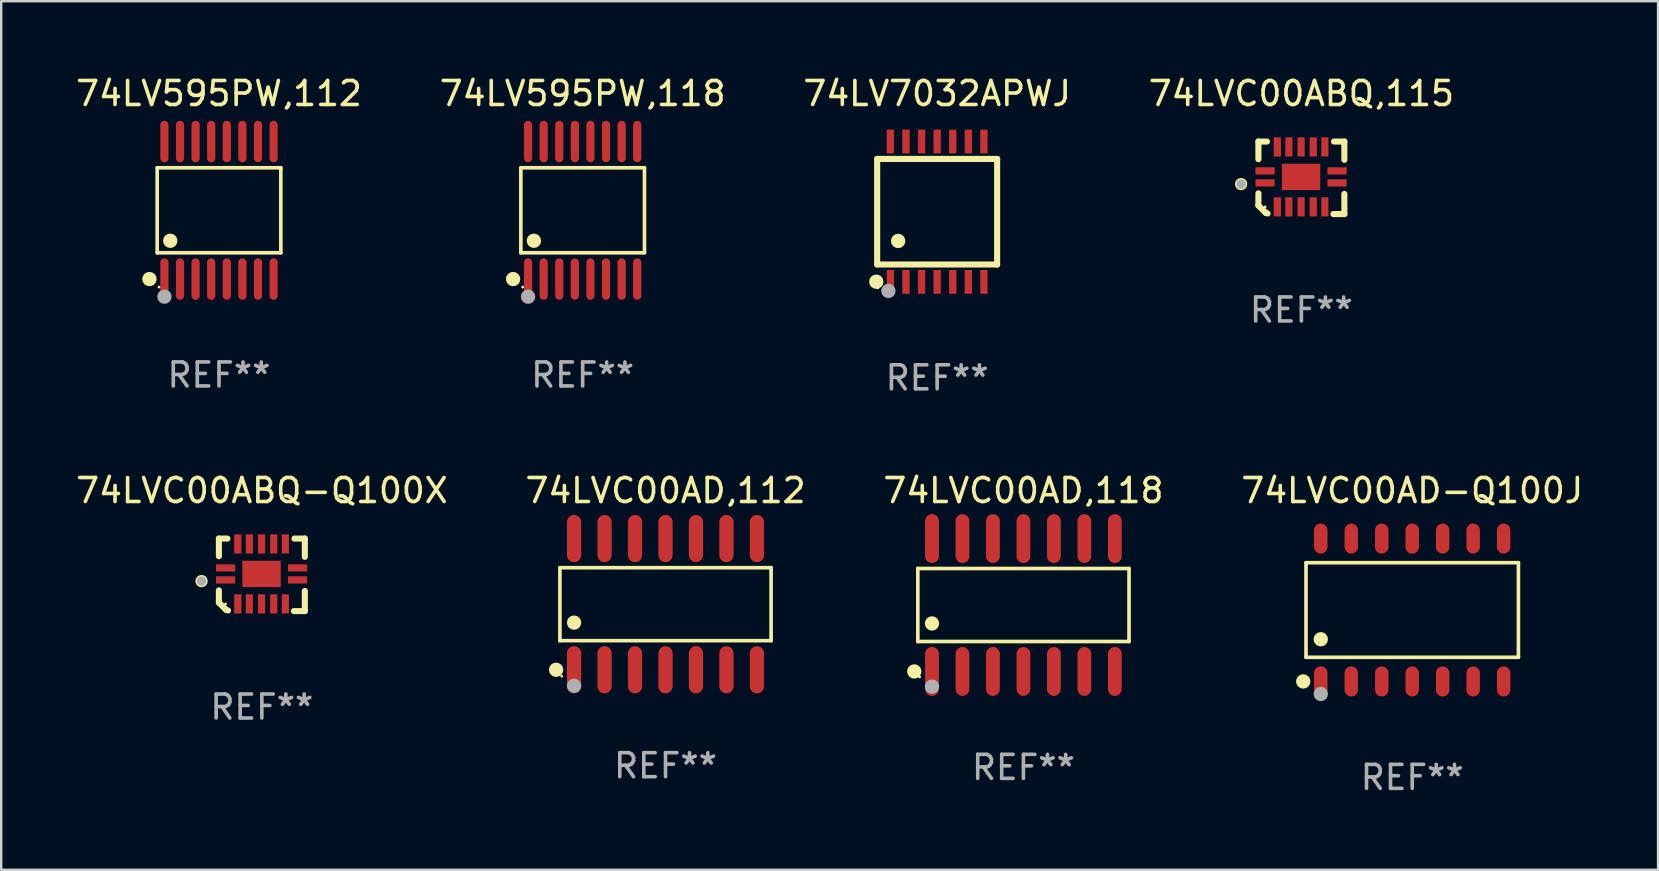
<source format=kicad_pcb>
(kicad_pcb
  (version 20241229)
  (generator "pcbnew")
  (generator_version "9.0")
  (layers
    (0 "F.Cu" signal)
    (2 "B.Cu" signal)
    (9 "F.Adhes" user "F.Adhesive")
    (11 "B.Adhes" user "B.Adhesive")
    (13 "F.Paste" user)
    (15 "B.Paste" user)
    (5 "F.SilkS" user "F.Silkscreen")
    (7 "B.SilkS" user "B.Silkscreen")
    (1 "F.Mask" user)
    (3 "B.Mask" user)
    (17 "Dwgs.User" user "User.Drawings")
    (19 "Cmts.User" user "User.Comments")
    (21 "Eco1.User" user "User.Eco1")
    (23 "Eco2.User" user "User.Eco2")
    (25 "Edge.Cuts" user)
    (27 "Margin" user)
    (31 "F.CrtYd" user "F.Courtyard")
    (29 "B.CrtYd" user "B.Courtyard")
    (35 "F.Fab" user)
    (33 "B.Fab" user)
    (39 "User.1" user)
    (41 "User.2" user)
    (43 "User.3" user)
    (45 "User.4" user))
  (footprint "74LV595PW,112"
    (layer "F.Cu")
    (at 6.077 5.714)
    (property "Reference" "74LV595PW,112" (at 0 -4.866 0) (layer "F.SilkS") (effects (font (size 1 1) (thickness 0.15))))
    (attr through_hole)
    (fp_line (start -2.576 -1.772) (end 2.576 -1.772) (stroke (width 0.152) (type solid)) (layer "F.SilkS"))
    (fp_line (start -2.576 1.771) (end -2.576 -1.772) (stroke (width 0.152) (type solid)) (layer "F.SilkS"))
    (fp_line (start 2.576 -1.772) (end 2.576 1.771) (stroke (width 0.152) (type solid)) (layer "F.SilkS"))
    (fp_line (start 2.576 1.771) (end -2.576 1.771) (stroke (width 0.152) (type solid)) (layer "F.SilkS"))
    (fp_circle (center -2.899 2.866) (end -2.749 2.866) (stroke (width 0.3) (type solid)) (fill no) (layer "F.SilkS"))
    (fp_circle (center -2.5 3.2) (end -2.47 3.2) (stroke (width 0.06) (type solid)) (fill no) (layer "F.SilkS"))
    (fp_circle (center -2.032 1.27) (end -1.882 1.27) (stroke (width 0.3) (type solid)) (fill no) (layer "F.SilkS"))
    (fp_circle (center -2.275 3.6) (end -2.125 3.6) (stroke (width 0.3) (type solid)) (fill no) (layer "F.Fab"))
    (fp_text user "REF**" (at 0 6.866 0) (layer "F.Fab") (effects (font (size 1 1) (thickness 0.15))))
    (pad "1" smd oval (at -2.275 2.866) (size 0.343 1.731) (layers "F.Cu" "F.Mask" "F.Paste"))
    (pad "2" smd oval (at -1.625 2.866) (size 0.343 1.731) (layers "F.Cu" "F.Mask" "F.Paste"))
    (pad "3" smd oval (at -0.975 2.866) (size 0.343 1.731) (layers "F.Cu" "F.Mask" "F.Paste"))
    (pad "4" smd oval (at -0.325 2.866) (size 0.343 1.731) (layers "F.Cu" "F.Mask" "F.Paste"))
    (pad "5" smd oval (at 0.325 2.866) (size 0.343 1.731) (layers "F.Cu" "F.Mask" "F.Paste"))
    (pad "6" smd oval (at 0.975 2.866) (size 0.343 1.731) (layers "F.Cu" "F.Mask" "F.Paste"))
    (pad "7" smd oval (at 1.625 2.866) (size 0.343 1.731) (layers "F.Cu" "F.Mask" "F.Paste"))
    (pad "8" smd oval (at 2.275 2.866) (size 0.343 1.731) (layers "F.Cu" "F.Mask" "F.Paste"))
    (pad "9" smd oval (at 2.275 -2.866) (size 0.343 1.731) (layers "F.Cu" "F.Mask" "F.Paste"))
    (pad "10" smd oval (at 1.625 -2.866) (size 0.343 1.731) (layers "F.Cu" "F.Mask" "F.Paste"))
    (pad "11" smd oval (at 0.975 -2.866) (size 0.343 1.731) (layers "F.Cu" "F.Mask" "F.Paste"))
    (pad "12" smd oval (at 0.325 -2.866) (size 0.343 1.731) (layers "F.Cu" "F.Mask" "F.Paste"))
    (pad "13" smd oval (at -0.325 -2.866) (size 0.343 1.731) (layers "F.Cu" "F.Mask" "F.Paste"))
    (pad "14" smd oval (at -0.975 -2.866) (size 0.343 1.731) (layers "F.Cu" "F.Mask" "F.Paste"))
    (pad "15" smd oval (at -1.625 -2.866) (size 0.343 1.731) (layers "F.Cu" "F.Mask" "F.Paste"))
    (pad "16" smd oval (at -2.275 -2.866) (size 0.343 1.731) (layers "F.Cu" "F.Mask" "F.Paste")))
  (footprint "74LVC00ABQ,115"
    (layer "F.Cu")
    (at 51.185 4.36)
    (property "Reference" "74LVC00ABQ,115" (at 0 -3.511 0) (layer "F.SilkS") (effects (font (size 1 1) (thickness 0.15))))
    (attr through_hole)
    (fp_line (start -1.791 -1.511) (end -1.435 -1.511) (stroke (width 0.254) (type solid)) (layer "F.SilkS"))
    (fp_line (start -1.791 -0.775) (end -1.791 -1.511) (stroke (width 0.254) (type solid)) (layer "F.SilkS"))
    (fp_line (start -1.791 1.156) (end -1.791 0.648) (stroke (width 0.254) (type solid)) (layer "F.SilkS"))
    (fp_line (start -1.486 1.461) (end -1.791 1.156) (stroke (width 0.254) (type solid)) (layer "F.SilkS"))
    (fp_line (start -1.41 1.486) (end -1.486 1.461) (stroke (width 0.254) (type solid)) (layer "F.SilkS"))
    (fp_line (start 1.334 1.511) (end 1.791 1.511) (stroke (width 0.254) (type solid)) (layer "F.SilkS"))
    (fp_line (start 1.791 -1.511) (end 1.359 -1.511) (stroke (width 0.254) (type solid)) (layer "F.SilkS"))
    (fp_line (start 1.791 -0.749) (end 1.791 -1.511) (stroke (width 0.254) (type solid)) (layer "F.SilkS"))
    (fp_line (start 1.791 1.511) (end 1.791 0.673) (stroke (width 0.254) (type solid)) (layer "F.SilkS"))
    (fp_circle (center -2.513 0.262) (end -2.383 0.262) (stroke (width 0.254) (type solid)) (fill no) (layer "F.SilkS"))
    (fp_circle (center -1.513 1.212) (end -1.483 1.212) (stroke (width 0.06) (type solid)) (fill no) (layer "F.SilkS"))
    (fp_circle (center -2.513 0.262) (end -2.413 0.262) (stroke (width 0.2) (type solid)) (fill no) (layer "F.Fab"))
    (fp_text user "REF**" (at 0 5.511 0) (layer "F.Fab") (effects (font (size 1 1) (thickness 0.15))))
    (pad "1" smd rect (at -1.513 0.212) (size 0.8 0.3) (layers "F.Cu" "F.Mask" "F.Paste"))
    (pad "2" smd rect (at -1.003 1.212) (size 0.3 0.8) (layers "F.Cu" "F.Mask" "F.Paste"))
    (pad "3" smd rect (at -0.521 1.212) (size 0.3 0.8) (layers "F.Cu" "F.Mask" "F.Paste"))
    (pad "4" smd rect (at -0.013 1.212) (size 0.3 0.8) (layers "F.Cu" "F.Mask" "F.Paste"))
    (pad "5" smd rect (at 0.495 1.212) (size 0.3 0.8) (layers "F.Cu" "F.Mask" "F.Paste"))
    (pad "6" smd rect (at 0.978 1.212) (size 0.3 0.8) (layers "F.Cu" "F.Mask" "F.Paste"))
    (pad "7" smd rect (at 1.487 0.212) (size 0.8 0.3) (layers "F.Cu" "F.Mask" "F.Paste"))
    (pad "8" smd rect (at 1.487 -0.288) (size 0.8 0.3) (layers "F.Cu" "F.Mask" "F.Paste"))
    (pad "9" smd rect (at 0.978 -1.288) (size 0.3 0.8) (layers "F.Cu" "F.Mask" "F.Paste"))
    (pad "10" smd rect (at 0.495 -1.288) (size 0.3 0.8) (layers "F.Cu" "F.Mask" "F.Paste"))
    (pad "11" smd rect (at -0.013 -1.288) (size 0.3 0.8) (layers "F.Cu" "F.Mask" "F.Paste"))
    (pad "12" smd rect (at -0.521 -1.288) (size 0.3 0.8) (layers "F.Cu" "F.Mask" "F.Paste"))
    (pad "13" smd rect (at -1.003 -1.288) (size 0.3 0.8) (layers "F.Cu" "F.Mask" "F.Paste"))
    (pad "14" smd rect (at -1.513 -0.288) (size 0.8 0.3) (layers "F.Cu" "F.Mask" "F.Paste"))
    (pad "15" smd rect (at -0.013 -0.038 90) (size 1.1 1.6) (layers "F.Cu" "F.Mask" "F.Paste")))
  (footprint "74LVC00AD-Q100J"
    (layer "F.Cu")
    (at 55.804 22.372)
    (property "Reference" "74LVC00AD-Q100J" (at 0 -4.977 0) (layer "F.SilkS") (effects (font (size 1 1) (thickness 0.15))))
    (attr through_hole)
    (fp_line (start -4.426 -1.971) (end 4.426 -1.971) (stroke (width 0.152) (type solid)) (layer "F.SilkS"))
    (fp_line (start -4.426 1.971) (end -4.426 -1.971) (stroke (width 0.152) (type solid)) (layer "F.SilkS"))
    (fp_line (start 4.426 -1.971) (end 4.426 1.971) (stroke (width 0.152) (type solid)) (layer "F.SilkS"))
    (fp_line (start 4.426 1.971) (end -4.426 1.971) (stroke (width 0.152) (type solid)) (layer "F.SilkS"))
    (fp_circle (center -4.542 2.977) (end -4.392 2.977) (stroke (width 0.3) (type solid)) (fill no) (layer "F.SilkS"))
    (fp_circle (center -4.35 3.1) (end -4.32 3.1) (stroke (width 0.06) (type solid)) (fill no) (layer "F.SilkS"))
    (fp_circle (center -3.81 1.219) (end -3.66 1.219) (stroke (width 0.3) (type solid)) (fill no) (layer "F.SilkS"))
    (fp_circle (center -3.81 3.5) (end -3.66 3.5) (stroke (width 0.3) (type solid)) (fill no) (layer "F.Fab"))
    (fp_text user "REF**" (at 0 6.977 0) (layer "F.Fab") (effects (font (size 1 1) (thickness 0.15))))
    (pad "1" smd oval (at -3.81 2.977) (size 0.56 1.255) (layers "F.Cu" "F.Mask" "F.Paste"))
    (pad "2" smd oval (at -2.54 2.977) (size 0.56 1.255) (layers "F.Cu" "F.Mask" "F.Paste"))
    (pad "3" smd oval (at -1.27 2.977) (size 0.56 1.255) (layers "F.Cu" "F.Mask" "F.Paste"))
    (pad "4" smd oval (at 0 2.977) (size 0.56 1.255) (layers "F.Cu" "F.Mask" "F.Paste"))
    (pad "5" smd oval (at 1.27 2.977) (size 0.56 1.255) (layers "F.Cu" "F.Mask" "F.Paste"))
    (pad "6" smd oval (at 2.54 2.977) (size 0.56 1.255) (layers "F.Cu" "F.Mask" "F.Paste"))
    (pad "7" smd oval (at 3.81 2.977) (size 0.56 1.255) (layers "F.Cu" "F.Mask" "F.Paste"))
    (pad "8" smd oval (at 3.81 -2.977) (size 0.56 1.255) (layers "F.Cu" "F.Mask" "F.Paste"))
    (pad "9" smd oval (at 2.54 -2.977) (size 0.56 1.255) (layers "F.Cu" "F.Mask" "F.Paste"))
    (pad "10" smd oval (at 1.27 -2.977) (size 0.56 1.255) (layers "F.Cu" "F.Mask" "F.Paste"))
    (pad "11" smd oval (at 0 -2.977) (size 0.56 1.255) (layers "F.Cu" "F.Mask" "F.Paste"))
    (pad "12" smd oval (at -1.27 -2.977) (size 0.56 1.255) (layers "F.Cu" "F.Mask" "F.Paste"))
    (pad "13" smd oval (at -2.54 -2.977) (size 0.56 1.255) (layers "F.Cu" "F.Mask" "F.Paste"))
    (pad "14" smd oval (at -3.81 -2.977) (size 0.56 1.255) (layers "F.Cu" "F.Mask" "F.Paste")))
  (footprint "74LV595PW,118"
    (layer "F.Cu")
    (at 21.232 5.714)
    (property "Reference" "74LV595PW,118" (at 0 -4.866 0) (layer "F.SilkS") (effects (font (size 1 1) (thickness 0.15))))
    (attr through_hole)
    (fp_line (start -2.576 -1.772) (end 2.576 -1.772) (stroke (width 0.152) (type solid)) (layer "F.SilkS"))
    (fp_line (start -2.576 1.771) (end -2.576 -1.772) (stroke (width 0.152) (type solid)) (layer "F.SilkS"))
    (fp_line (start 2.576 -1.772) (end 2.576 1.771) (stroke (width 0.152) (type solid)) (layer "F.SilkS"))
    (fp_line (start 2.576 1.771) (end -2.576 1.771) (stroke (width 0.152) (type solid)) (layer "F.SilkS"))
    (fp_circle (center -2.899 2.866) (end -2.749 2.866) (stroke (width 0.3) (type solid)) (fill no) (layer "F.SilkS"))
    (fp_circle (center -2.5 3.2) (end -2.47 3.2) (stroke (width 0.06) (type solid)) (fill no) (layer "F.SilkS"))
    (fp_circle (center -2.032 1.27) (end -1.882 1.27) (stroke (width 0.3) (type solid)) (fill no) (layer "F.SilkS"))
    (fp_circle (center -2.275 3.6) (end -2.125 3.6) (stroke (width 0.3) (type solid)) (fill no) (layer "F.Fab"))
    (fp_text user "REF**" (at 0 6.866 0) (layer "F.Fab") (effects (font (size 1 1) (thickness 0.15))))
    (pad "1" smd oval (at -2.275 2.866) (size 0.343 1.731) (layers "F.Cu" "F.Mask" "F.Paste"))
    (pad "2" smd oval (at -1.625 2.866) (size 0.343 1.731) (layers "F.Cu" "F.Mask" "F.Paste"))
    (pad "3" smd oval (at -0.975 2.866) (size 0.343 1.731) (layers "F.Cu" "F.Mask" "F.Paste"))
    (pad "4" smd oval (at -0.325 2.866) (size 0.343 1.731) (layers "F.Cu" "F.Mask" "F.Paste"))
    (pad "5" smd oval (at 0.325 2.866) (size 0.343 1.731) (layers "F.Cu" "F.Mask" "F.Paste"))
    (pad "6" smd oval (at 0.975 2.866) (size 0.343 1.731) (layers "F.Cu" "F.Mask" "F.Paste"))
    (pad "7" smd oval (at 1.625 2.866) (size 0.343 1.731) (layers "F.Cu" "F.Mask" "F.Paste"))
    (pad "8" smd oval (at 2.275 2.866) (size 0.343 1.731) (layers "F.Cu" "F.Mask" "F.Paste"))
    (pad "9" smd oval (at 2.275 -2.866) (size 0.343 1.731) (layers "F.Cu" "F.Mask" "F.Paste"))
    (pad "10" smd oval (at 1.625 -2.866) (size 0.343 1.731) (layers "F.Cu" "F.Mask" "F.Paste"))
    (pad "11" smd oval (at 0.975 -2.866) (size 0.343 1.731) (layers "F.Cu" "F.Mask" "F.Paste"))
    (pad "12" smd oval (at 0.325 -2.866) (size 0.343 1.731) (layers "F.Cu" "F.Mask" "F.Paste"))
    (pad "13" smd oval (at -0.325 -2.866) (size 0.343 1.731) (layers "F.Cu" "F.Mask" "F.Paste"))
    (pad "14" smd oval (at -0.975 -2.866) (size 0.343 1.731) (layers "F.Cu" "F.Mask" "F.Paste"))
    (pad "15" smd oval (at -1.625 -2.866) (size 0.343 1.731) (layers "F.Cu" "F.Mask" "F.Paste"))
    (pad "16" smd oval (at -2.275 -2.866) (size 0.343 1.731) (layers "F.Cu" "F.Mask" "F.Paste")))
  (footprint "74LV7032APWJ"
    (layer "F.Cu")
    (at 36.006 5.773)
    (property "Reference" "74LV7032APWJ" (at 0 -4.925 0) (layer "F.SilkS") (effects (font (size 1 1) (thickness 0.15))))
    (attr through_hole)
    (fp_line (start -2.5 2.2) (end -2.5 -2.2) (stroke (width 0.254) (type solid)) (layer "F.SilkS"))
    (fp_line (start -2.5 2.2) (end 2.5 2.2) (stroke (width 0.254) (type solid)) (layer "F.SilkS"))
    (fp_line (start 2.5 -2.2) (end -2.5 -2.2) (stroke (width 0.254) (type solid)) (layer "F.SilkS"))
    (fp_line (start 2.5 -2.2) (end 2.5 2.2) (stroke (width 0.254) (type solid)) (layer "F.SilkS"))
    (fp_circle (center -2.536 2.917) (end -2.386 2.917) (stroke (width 0.3) (type solid)) (fill no) (layer "F.SilkS"))
    (fp_circle (center -2.47 3.17) (end -2.44 3.17) (stroke (width 0.06) (type solid)) (fill no) (layer "F.SilkS"))
    (fp_circle (center -1.626 1.219) (end -1.475 1.219) (stroke (width 0.3) (type solid)) (fill no) (layer "F.SilkS"))
    (fp_circle (center -2.032 3.302) (end -1.882 3.302) (stroke (width 0.3) (type solid)) (fill no) (layer "F.Fab"))
    (fp_text user "REF**" (at 0 6.925 0) (layer "F.Fab") (effects (font (size 1 1) (thickness 0.15))))
    (pad "1" smd rect (at -1.95 2.925) (size 0.305 0.991) (layers "F.Cu" "F.Mask" "F.Paste"))
    (pad "2" smd rect (at -1.3 2.925) (size 0.305 0.991) (layers "F.Cu" "F.Mask" "F.Paste"))
    (pad "3" smd rect (at -0.65 2.925) (size 0.305 0.991) (layers "F.Cu" "F.Mask" "F.Paste"))
    (pad "4" smd rect (at 0 2.925) (size 0.305 0.991) (layers "F.Cu" "F.Mask" "F.Paste"))
    (pad "5" smd rect (at 0.65 2.925) (size 0.305 0.991) (layers "F.Cu" "F.Mask" "F.Paste"))
    (pad "6" smd rect (at 1.3 2.925) (size 0.305 0.991) (layers "F.Cu" "F.Mask" "F.Paste"))
    (pad "7" smd rect (at 1.95 2.925) (size 0.305 0.991) (layers "F.Cu" "F.Mask" "F.Paste"))
    (pad "8" smd rect (at 1.95 -2.925) (size 0.305 0.991) (layers "F.Cu" "F.Mask" "F.Paste"))
    (pad "9" smd rect (at 1.3 -2.925) (size 0.305 0.991) (layers "F.Cu" "F.Mask" "F.Paste"))
    (pad "10" smd rect (at 0.65 -2.925) (size 0.305 0.991) (layers "F.Cu" "F.Mask" "F.Paste"))
    (pad "11" smd rect (at 0 -2.925) (size 0.305 0.991) (layers "F.Cu" "F.Mask" "F.Paste"))
    (pad "12" smd rect (at -0.65 -2.925) (size 0.305 0.991) (layers "F.Cu" "F.Mask" "F.Paste"))
    (pad "13" smd rect (at -1.3 -2.925) (size 0.305 0.991) (layers "F.Cu" "F.Mask" "F.Paste"))
    (pad "14" smd rect (at -1.95 -2.925) (size 0.305 0.991) (layers "F.Cu" "F.Mask" "F.Paste")))
  (footprint "74LVC00AD,112"
    (layer "F.Cu")
    (at 24.685 22.129)
    (property "Reference" "74LVC00AD,112" (at 0 -4.734 0) (layer "F.SilkS") (effects (font (size 1 1) (thickness 0.15))))
    (attr through_hole)
    (fp_line (start -4.401 -1.521) (end 4.401 -1.521) (stroke (width 0.152) (type solid)) (layer "F.SilkS"))
    (fp_line (start -4.401 1.521) (end -4.401 -1.521) (stroke (width 0.152) (type solid)) (layer "F.SilkS"))
    (fp_line (start 4.401 -1.521) (end 4.401 1.521) (stroke (width 0.152) (type solid)) (layer "F.SilkS"))
    (fp_line (start 4.401 1.521) (end -4.401 1.521) (stroke (width 0.152) (type solid)) (layer "F.SilkS"))
    (fp_circle (center -4.56 2.734) (end -4.41 2.734) (stroke (width 0.3) (type solid)) (fill no) (layer "F.SilkS"))
    (fp_circle (center -4.325 3) (end -4.295 3) (stroke (width 0.06) (type solid)) (fill no) (layer "F.SilkS"))
    (fp_circle (center -3.81 0.769) (end -3.66 0.769) (stroke (width 0.3) (type solid)) (fill no) (layer "F.SilkS"))
    (fp_circle (center -3.81 3.4) (end -3.66 3.4) (stroke (width 0.3) (type solid)) (fill no) (layer "F.Fab"))
    (fp_text user "REF**" (at 0 6.734 0) (layer "F.Fab") (effects (font (size 1 1) (thickness 0.15))))
    (pad "1" smd oval (at -3.81 2.734) (size 0.595 1.968) (layers "F.Cu" "F.Mask" "F.Paste"))
    (pad "2" smd oval (at -2.54 2.734) (size 0.595 1.968) (layers "F.Cu" "F.Mask" "F.Paste"))
    (pad "3" smd oval (at -1.27 2.734) (size 0.595 1.968) (layers "F.Cu" "F.Mask" "F.Paste"))
    (pad "4" smd oval (at 0 2.734) (size 0.595 1.968) (layers "F.Cu" "F.Mask" "F.Paste"))
    (pad "5" smd oval (at 1.27 2.734) (size 0.595 1.968) (layers "F.Cu" "F.Mask" "F.Paste"))
    (pad "6" smd oval (at 2.54 2.734) (size 0.595 1.968) (layers "F.Cu" "F.Mask" "F.Paste"))
    (pad "7" smd oval (at 3.81 2.734) (size 0.595 1.968) (layers "F.Cu" "F.Mask" "F.Paste"))
    (pad "8" smd oval (at 3.81 -2.734) (size 0.595 1.968) (layers "F.Cu" "F.Mask" "F.Paste"))
    (pad "9" smd oval (at 2.54 -2.734) (size 0.595 1.968) (layers "F.Cu" "F.Mask" "F.Paste"))
    (pad "10" smd oval (at 1.27 -2.734) (size 0.595 1.968) (layers "F.Cu" "F.Mask" "F.Paste"))
    (pad "11" smd oval (at 0 -2.734) (size 0.595 1.968) (layers "F.Cu" "F.Mask" "F.Paste"))
    (pad "12" smd oval (at -1.27 -2.734) (size 0.595 1.968) (layers "F.Cu" "F.Mask" "F.Paste"))
    (pad "13" smd oval (at -2.54 -2.734) (size 0.595 1.968) (layers "F.Cu" "F.Mask" "F.Paste"))
    (pad "14" smd oval (at -3.81 -2.734) (size 0.595 1.968) (layers "F.Cu" "F.Mask" "F.Paste")))
  (footprint "74LVC00ABQ-Q100X"
    (layer "F.Cu")
    (at 7.863 20.906)
    (property "Reference" "74LVC00ABQ-Q100X" (at 0 -3.511 0) (layer "F.SilkS") (effects (font (size 1 1) (thickness 0.15))))
    (attr through_hole)
    (fp_line (start -1.791 -1.511) (end -1.435 -1.511) (stroke (width 0.254) (type solid)) (layer "F.SilkS"))
    (fp_line (start -1.791 -0.775) (end -1.791 -1.511) (stroke (width 0.254) (type solid)) (layer "F.SilkS"))
    (fp_line (start -1.791 1.156) (end -1.791 0.648) (stroke (width 0.254) (type solid)) (layer "F.SilkS"))
    (fp_line (start -1.486 1.461) (end -1.791 1.156) (stroke (width 0.254) (type solid)) (layer "F.SilkS"))
    (fp_line (start -1.41 1.486) (end -1.486 1.461) (stroke (width 0.254) (type solid)) (layer "F.SilkS"))
    (fp_line (start 1.334 1.511) (end 1.791 1.511) (stroke (width 0.254) (type solid)) (layer "F.SilkS"))
    (fp_line (start 1.791 -1.511) (end 1.359 -1.511) (stroke (width 0.254) (type solid)) (layer "F.SilkS"))
    (fp_line (start 1.791 -0.749) (end 1.791 -1.511) (stroke (width 0.254) (type solid)) (layer "F.SilkS"))
    (fp_line (start 1.791 1.511) (end 1.791 0.673) (stroke (width 0.254) (type solid)) (layer "F.SilkS"))
    (fp_circle (center -2.513 0.262) (end -2.383 0.262) (stroke (width 0.254) (type solid)) (fill no) (layer "F.SilkS"))
    (fp_circle (center -1.513 1.212) (end -1.483 1.212) (stroke (width 0.06) (type solid)) (fill no) (layer "F.SilkS"))
    (fp_circle (center -2.513 0.262) (end -2.413 0.262) (stroke (width 0.2) (type solid)) (fill no) (layer "F.Fab"))
    (fp_text user "REF**" (at 0 5.511 0) (layer "F.Fab") (effects (font (size 1 1) (thickness 0.15))))
    (pad "1" smd rect (at -1.513 0.212) (size 0.8 0.3) (layers "F.Cu" "F.Mask" "F.Paste"))
    (pad "2" smd rect (at -1.003 1.212) (size 0.3 0.8) (layers "F.Cu" "F.Mask" "F.Paste"))
    (pad "3" smd rect (at -0.521 1.212) (size 0.3 0.8) (layers "F.Cu" "F.Mask" "F.Paste"))
    (pad "4" smd rect (at -0.013 1.212) (size 0.3 0.8) (layers "F.Cu" "F.Mask" "F.Paste"))
    (pad "5" smd rect (at 0.495 1.212) (size 0.3 0.8) (layers "F.Cu" "F.Mask" "F.Paste"))
    (pad "6" smd rect (at 0.978 1.212) (size 0.3 0.8) (layers "F.Cu" "F.Mask" "F.Paste"))
    (pad "7" smd rect (at 1.487 0.212) (size 0.8 0.3) (layers "F.Cu" "F.Mask" "F.Paste"))
    (pad "8" smd rect (at 1.487 -0.288) (size 0.8 0.3) (layers "F.Cu" "F.Mask" "F.Paste"))
    (pad "9" smd rect (at 0.978 -1.288) (size 0.3 0.8) (layers "F.Cu" "F.Mask" "F.Paste"))
    (pad "10" smd rect (at 0.495 -1.288) (size 0.3 0.8) (layers "F.Cu" "F.Mask" "F.Paste"))
    (pad "11" smd rect (at -0.013 -1.288) (size 0.3 0.8) (layers "F.Cu" "F.Mask" "F.Paste"))
    (pad "12" smd rect (at -0.521 -1.288) (size 0.3 0.8) (layers "F.Cu" "F.Mask" "F.Paste"))
    (pad "13" smd rect (at -1.003 -1.288) (size 0.3 0.8) (layers "F.Cu" "F.Mask" "F.Paste"))
    (pad "14" smd rect (at -1.513 -0.288) (size 0.8 0.3) (layers "F.Cu" "F.Mask" "F.Paste"))
    (pad "15" smd rect (at -0.013 -0.038 90) (size 1.1 1.6) (layers "F.Cu" "F.Mask" "F.Paste")))
  (footprint "74LVC00AD,118"
    (layer "F.Cu")
    (at 39.601 22.164)
    (property "Reference" "74LVC00AD,118" (at 0 -4.769 0) (layer "F.SilkS") (effects (font (size 1 1) (thickness 0.15))))
    (attr through_hole)
    (fp_line (start -4.401 -1.521) (end 4.401 -1.521) (stroke (width 0.152) (type solid)) (layer "F.SilkS"))
    (fp_line (start -4.401 1.521) (end -4.401 -1.521) (stroke (width 0.152) (type solid)) (layer "F.SilkS"))
    (fp_line (start 4.401 -1.521) (end 4.401 1.521) (stroke (width 0.152) (type solid)) (layer "F.SilkS"))
    (fp_line (start 4.401 1.521) (end -4.401 1.521) (stroke (width 0.152) (type solid)) (layer "F.SilkS"))
    (fp_circle (center -4.549 2.769) (end -4.399 2.769) (stroke (width 0.3) (type solid)) (fill no) (layer "F.SilkS"))
    (fp_circle (center -4.325 3) (end -4.295 3) (stroke (width 0.06) (type solid)) (fill no) (layer "F.SilkS"))
    (fp_circle (center -3.81 0.769) (end -3.66 0.769) (stroke (width 0.3) (type solid)) (fill no) (layer "F.SilkS"))
    (fp_circle (center -3.81 3.4) (end -3.66 3.4) (stroke (width 0.3) (type solid)) (fill no) (layer "F.Fab"))
    (fp_text user "REF**" (at 0 6.769 0) (layer "F.Fab") (effects (font (size 1 1) (thickness 0.15))))
    (pad "1" smd oval (at -3.81 2.769) (size 0.574 2.038) (layers "F.Cu" "F.Mask" "F.Paste"))
    (pad "2" smd oval (at -2.54 2.769) (size 0.574 2.038) (layers "F.Cu" "F.Mask" "F.Paste"))
    (pad "3" smd oval (at -1.27 2.769) (size 0.574 2.038) (layers "F.Cu" "F.Mask" "F.Paste"))
    (pad "4" smd oval (at 0 2.769) (size 0.574 2.038) (layers "F.Cu" "F.Mask" "F.Paste"))
    (pad "5" smd oval (at 1.27 2.769) (size 0.574 2.038) (layers "F.Cu" "F.Mask" "F.Paste"))
    (pad "6" smd oval (at 2.54 2.769) (size 0.574 2.038) (layers "F.Cu" "F.Mask" "F.Paste"))
    (pad "7" smd oval (at 3.81 2.769) (size 0.574 2.038) (layers "F.Cu" "F.Mask" "F.Paste"))
    (pad "8" smd oval (at 3.81 -2.769) (size 0.574 2.038) (layers "F.Cu" "F.Mask" "F.Paste"))
    (pad "9" smd oval (at 2.54 -2.769) (size 0.574 2.038) (layers "F.Cu" "F.Mask" "F.Paste"))
    (pad "10" smd oval (at 1.27 -2.769) (size 0.574 2.038) (layers "F.Cu" "F.Mask" "F.Paste"))
    (pad "11" smd oval (at 0 -2.769) (size 0.574 2.038) (layers "F.Cu" "F.Mask" "F.Paste"))
    (pad "12" smd oval (at -1.27 -2.769) (size 0.574 2.038) (layers "F.Cu" "F.Mask" "F.Paste"))
    (pad "13" smd oval (at -2.54 -2.769) (size 0.574 2.038) (layers "F.Cu" "F.Mask" "F.Paste"))
    (pad "14" smd oval (at -3.81 -2.769) (size 0.574 2.038) (layers "F.Cu" "F.Mask" "F.Paste")))
  (gr_rect
    (start -3 -3)
    (end 66.048 33.198)
    (stroke (width 0.1) (type default))
    (fill no)
    (layer "Edge.Cuts")))
</source>
